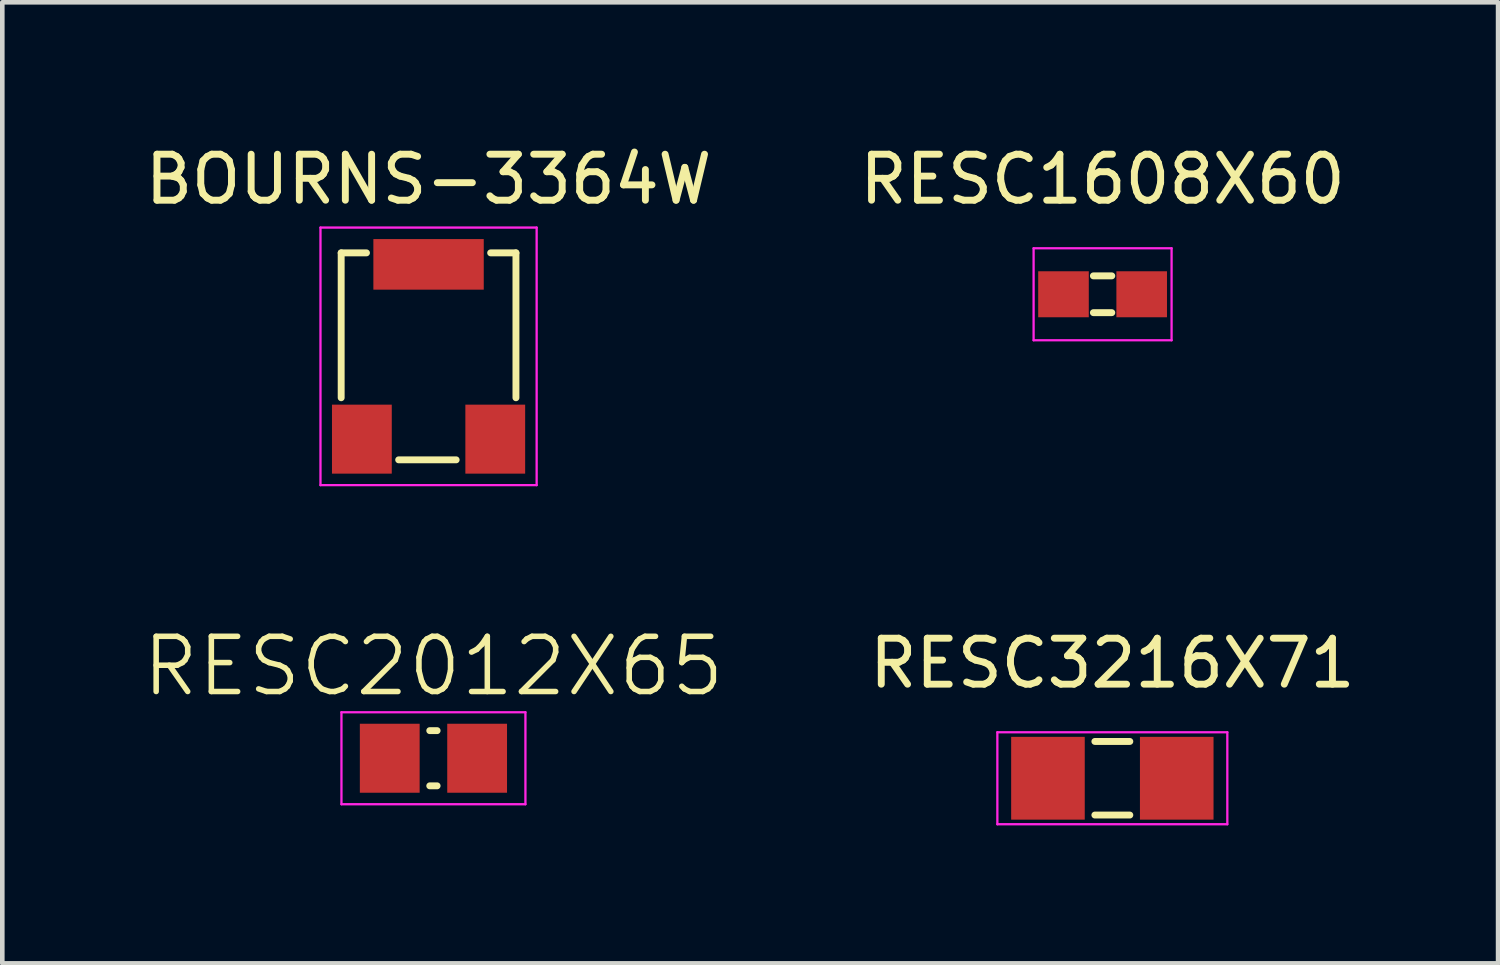
<source format=kicad_pcb>
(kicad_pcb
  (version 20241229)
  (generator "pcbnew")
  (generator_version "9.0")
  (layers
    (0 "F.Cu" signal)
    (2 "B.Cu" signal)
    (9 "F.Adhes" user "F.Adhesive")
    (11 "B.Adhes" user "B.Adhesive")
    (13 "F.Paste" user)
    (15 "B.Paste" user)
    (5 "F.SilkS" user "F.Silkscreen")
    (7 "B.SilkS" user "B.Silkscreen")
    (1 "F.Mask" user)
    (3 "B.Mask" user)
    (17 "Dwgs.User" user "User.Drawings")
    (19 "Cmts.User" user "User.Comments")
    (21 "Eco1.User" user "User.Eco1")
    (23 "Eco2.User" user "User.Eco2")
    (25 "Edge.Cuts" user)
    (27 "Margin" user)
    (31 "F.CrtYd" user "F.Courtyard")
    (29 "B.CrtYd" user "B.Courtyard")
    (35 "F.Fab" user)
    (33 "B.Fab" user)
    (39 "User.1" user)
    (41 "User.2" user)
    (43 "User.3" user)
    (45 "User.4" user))
  (footprint "BOURNS-3364W"
    (layer "F.Cu")
    (at 6.268 4.698)
    (property "Reference" "BOURNS-3364W" (at 0 -3.85 0) (layer "F.SilkS") (effects (font (size 1 1) (thickness 0.15))))
    (attr through_hole)
    (fp_line (start -1.9 -2.25) (end -1.9 0.9) (stroke (width 0.15) (type solid)) (layer "F.SilkS"))
    (fp_line (start -1.35 -2.25) (end -1.9 -2.25) (stroke (width 0.15) (type solid)) (layer "F.SilkS"))
    (fp_line (start -0.65 2.25) (end 0.6 2.25) (stroke (width 0.15) (type solid)) (layer "F.SilkS"))
    (fp_line (start 1.35 -2.25) (end 1.9 -2.25) (stroke (width 0.15) (type solid)) (layer "F.SilkS"))
    (fp_line (start 1.9 -2.25) (end 1.9 0.9) (stroke (width 0.15) (type solid)) (layer "F.SilkS"))
    (fp_line (start -2.35 -2.8) (end 2.35 -2.8) (stroke (width 0.05) (type solid)) (layer "F.CrtYd"))
    (fp_line (start -2.35 2.8) (end -2.35 -2.8) (stroke (width 0.05) (type solid)) (layer "F.CrtYd"))
    (fp_line (start 2.35 -2.8) (end 2.35 2.8) (stroke (width 0.05) (type solid)) (layer "F.CrtYd"))
    (fp_line (start 2.35 2.8) (end -2.35 2.8) (stroke (width 0.05) (type solid)) (layer "F.CrtYd"))
    (pad "1" smd rect (at -1.45 1.8) (size 1.3 1.5) (layers "F.Cu" "F.Mask" "F.Paste"))
    (pad "2" smd rect (at 0 -2) (size 2.4 1.1) (layers "F.Cu" "F.Mask" "F.Paste"))
    (pad "3" smd rect (at 1.45 1.8) (size 1.3 1.5) (layers "F.Cu" "F.Mask" "F.Paste")))
  (footprint "RESC3216X71"
    (layer "F.Cu")
    (at 21.135 13.871)
    (property "Reference" "RESC3216X71" (at 0 -2.5 0) (layer "F.SilkS") (effects (font (size 1 1) (thickness 0.15))))
    (attr through_hole)
    (fp_line (start -0.38 -0.8) (end 0.38 -0.8) (stroke (width 0.15) (type solid)) (layer "F.SilkS"))
    (fp_line (start -0.38 0.8) (end 0.38 0.8) (stroke (width 0.15) (type solid)) (layer "F.SilkS"))
    (fp_line (start -2.5 -1) (end 2.5 -1) (stroke (width 0.05) (type solid)) (layer "F.CrtYd"))
    (fp_line (start -2.5 1) (end -2.5 -1) (stroke (width 0.05) (type solid)) (layer "F.CrtYd"))
    (fp_line (start 2.5 -1) (end 2.5 1) (stroke (width 0.05) (type solid)) (layer "F.CrtYd"))
    (fp_line (start 2.5 1) (end -2.5 1) (stroke (width 0.05) (type solid)) (layer "F.CrtYd"))
    (pad "1" smd rect (at -1.4 0) (size 1.6 1.8) (layers "F.Cu" "F.Mask" "F.Paste"))
    (pad "2" smd rect (at 1.4 0) (size 1.6 1.8) (layers "F.Cu" "F.Mask" "F.Paste")))
  (footprint "RESC1608X60"
    (layer "F.Cu")
    (at 20.923 3.348)
    (property "Reference" "RESC1608X60" (at 0 -2.5 0) (layer "F.SilkS") (effects (font (size 1 1) (thickness 0.15))))
    (attr through_hole)
    (fp_line (start -0.2 -0.4) (end 0.2 -0.4) (stroke (width 0.15) (type solid)) (layer "F.SilkS"))
    (fp_line (start -0.2 0.4) (end 0.2 0.4) (stroke (width 0.15) (type solid)) (layer "F.SilkS"))
    (fp_line (start -1.5 -1) (end 1.5 -1) (stroke (width 0.05) (type solid)) (layer "F.CrtYd"))
    (fp_line (start -1.5 1) (end -1.5 -1) (stroke (width 0.05) (type solid)) (layer "F.CrtYd"))
    (fp_line (start 1.5 -1) (end 1.5 1) (stroke (width 0.05) (type solid)) (layer "F.CrtYd"))
    (fp_line (start 1.5 1) (end -1.5 1) (stroke (width 0.05) (type solid)) (layer "F.CrtYd"))
    (pad "1" smd rect (at -0.85 0) (size 1.1 1) (layers "F.Cu" "F.Mask" "F.Paste"))
    (pad "2" smd rect (at 0.85 0) (size 1.1 1) (layers "F.Cu" "F.Mask" "F.Paste")))
  (footprint "RESC2012X65"
    (layer "F.Cu")
    (at 6.374 13.436)
    (property "Reference" "RESC2012X65" (at 0 -2 0) (layer "F.SilkS") (effects (font (size 1.2 1.2) (thickness 0.12))))
    (attr through_hole)
    (fp_line (start -0.08 -0.6) (end 0.08 -0.6) (stroke (width 0.15) (type solid)) (layer "F.SilkS"))
    (fp_line (start -0.08 0.6) (end 0.08 0.6) (stroke (width 0.15) (type solid)) (layer "F.SilkS"))
    (fp_line (start -2 -1) (end 2 -1) (stroke (width 0.05) (type solid)) (layer "F.CrtYd"))
    (fp_line (start -2 1) (end -2 -1) (stroke (width 0.05) (type solid)) (layer "F.CrtYd"))
    (fp_line (start 2 -1) (end 2 1) (stroke (width 0.05) (type solid)) (layer "F.CrtYd"))
    (fp_line (start 2 1) (end -2 1) (stroke (width 0.05) (type solid)) (layer "F.CrtYd"))
    (pad "1" smd rect (at -0.95 0) (size 1.3 1.5) (layers "F.Cu" "F.Mask" "F.Paste"))
    (pad "2" smd rect (at 0.95 0) (size 1.3 1.5) (layers "F.Cu" "F.Mask" "F.Paste")))
  (gr_rect
    (start -3 -3)
    (end 29.522 17.896)
    (stroke (width 0.1) (type default))
    (fill no)
    (layer "Edge.Cuts")))
</source>
